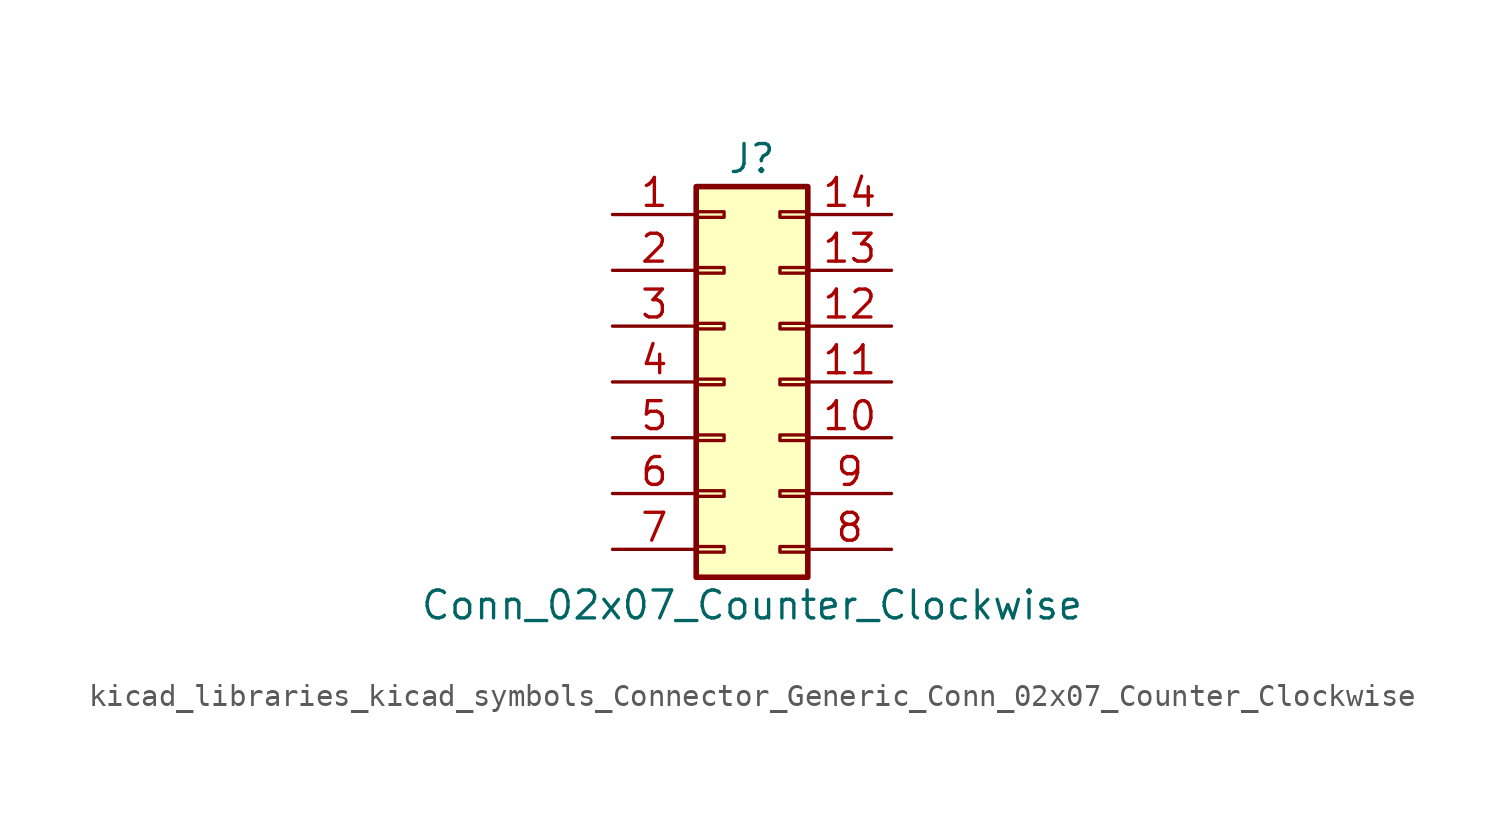
<source format=kicad_sym>
(kicad_symbol_lib
  (version 20220914)
  (generator kicad_symbol_editor)
  (symbol "kicad_libraries_kicad_symbols_Connector_Generic_Conn_02x07_Counter_Clockwise"
    (pin_names
      (offset 1.016) hide)
    (property "Reference" "J"
      (at 1.27 10.16 0)
      (effects (font (size 1.27 1.27))))
    (property "Value" "Conn_02x07_Counter_Clockwise"
      (at 1.27 -10.16 0)
      (effects (font (size 1.27 1.27))))
    (symbol "kicad_libraries_kicad_symbols_Connector_Generic_Conn_02x07_Counter_Clockwise_1_1"
      (rectangle (start -1.27 -7.493) (end 0 -7.747) (stroke (width 0.152) (type default)) (fill (type none)))
      (rectangle (start -1.27 -4.953) (end 0 -5.207) (stroke (width 0.152) (type default)) (fill (type none)))
      (rectangle (start -1.27 -2.413) (end 0 -2.667) (stroke (width 0.152) (type default)) (fill (type none)))
      (rectangle (start -1.27 0.127) (end 0 -0.127) (stroke (width 0.152) (type default)) (fill (type none)))
      (rectangle (start -1.27 2.667) (end 0 2.413) (stroke (width 0.152) (type default)) (fill (type none)))
      (rectangle (start -1.27 5.207) (end 0 4.953) (stroke (width 0.152) (type default)) (fill (type none)))
      (rectangle (start -1.27 7.747) (end 0 7.493) (stroke (width 0.152) (type default)) (fill (type none)))
      (rectangle (start -1.27 8.89) (end 3.81 -8.89) (stroke (width 0.254) (type default)) (fill (type background)))
      (rectangle (start 3.81 -7.493) (end 2.54 -7.747) (stroke (width 0.152) (type default)) (fill (type none)))
      (rectangle (start 3.81 -4.953) (end 2.54 -5.207) (stroke (width 0.152) (type default)) (fill (type none)))
      (rectangle (start 3.81 -2.413) (end 2.54 -2.667) (stroke (width 0.152) (type default)) (fill (type none)))
      (rectangle (start 3.81 0.127) (end 2.54 -0.127) (stroke (width 0.152) (type default)) (fill (type none)))
      (rectangle (start 3.81 2.667) (end 2.54 2.413) (stroke (width 0.152) (type default)) (fill (type none)))
      (rectangle (start 3.81 5.207) (end 2.54 4.953) (stroke (width 0.152) (type default)) (fill (type none)))
      (rectangle (start 3.81 7.747) (end 2.54 7.493) (stroke (width 0.152) (type default)) (fill (type none)))
      (pin passive line (at -5.08 7.62 0) (length 3.81) (name "Pin_1" (effects (font (size 1.27 1.27)))) (number "1" (effects (font (size 1.27 1.27)))))
      (pin passive line (at 7.62 -2.54 180) (length 3.81) (name "Pin_10" (effects (font (size 1.27 1.27)))) (number "10" (effects (font (size 1.27 1.27)))))
      (pin passive line (at 7.62 0 180) (length 3.81) (name "Pin_11" (effects (font (size 1.27 1.27)))) (number "11" (effects (font (size 1.27 1.27)))))
      (pin passive line (at 7.62 2.54 180) (length 3.81) (name "Pin_12" (effects (font (size 1.27 1.27)))) (number "12" (effects (font (size 1.27 1.27)))))
      (pin passive line (at 7.62 5.08 180) (length 3.81) (name "Pin_13" (effects (font (size 1.27 1.27)))) (number "13" (effects (font (size 1.27 1.27)))))
      (pin passive line (at 7.62 7.62 180) (length 3.81) (name "Pin_14" (effects (font (size 1.27 1.27)))) (number "14" (effects (font (size 1.27 1.27)))))
      (pin passive line (at -5.08 5.08 0) (length 3.81) (name "Pin_2" (effects (font (size 1.27 1.27)))) (number "2" (effects (font (size 1.27 1.27)))))
      (pin passive line (at -5.08 2.54 0) (length 3.81) (name "Pin_3" (effects (font (size 1.27 1.27)))) (number "3" (effects (font (size 1.27 1.27)))))
      (pin passive line (at -5.08 0 0) (length 3.81) (name "Pin_4" (effects (font (size 1.27 1.27)))) (number "4" (effects (font (size 1.27 1.27)))))
      (pin passive line (at -5.08 -2.54 0) (length 3.81) (name "Pin_5" (effects (font (size 1.27 1.27)))) (number "5" (effects (font (size 1.27 1.27)))))
      (pin passive line (at -5.08 -5.08 0) (length 3.81) (name "Pin_6" (effects (font (size 1.27 1.27)))) (number "6" (effects (font (size 1.27 1.27)))))
      (pin passive line (at -5.08 -7.62 0) (length 3.81) (name "Pin_7" (effects (font (size 1.27 1.27)))) (number "7" (effects (font (size 1.27 1.27)))))
      (pin passive line (at 7.62 -7.62 180) (length 3.81) (name "Pin_8" (effects (font (size 1.27 1.27)))) (number "8" (effects (font (size 1.27 1.27)))))
      (pin passive line (at 7.62 -5.08 180) (length 3.81) (name "Pin_9" (effects (font (size 1.27 1.27)))) (number "9" (effects (font (size 1.27 1.27))))))))
</source>
